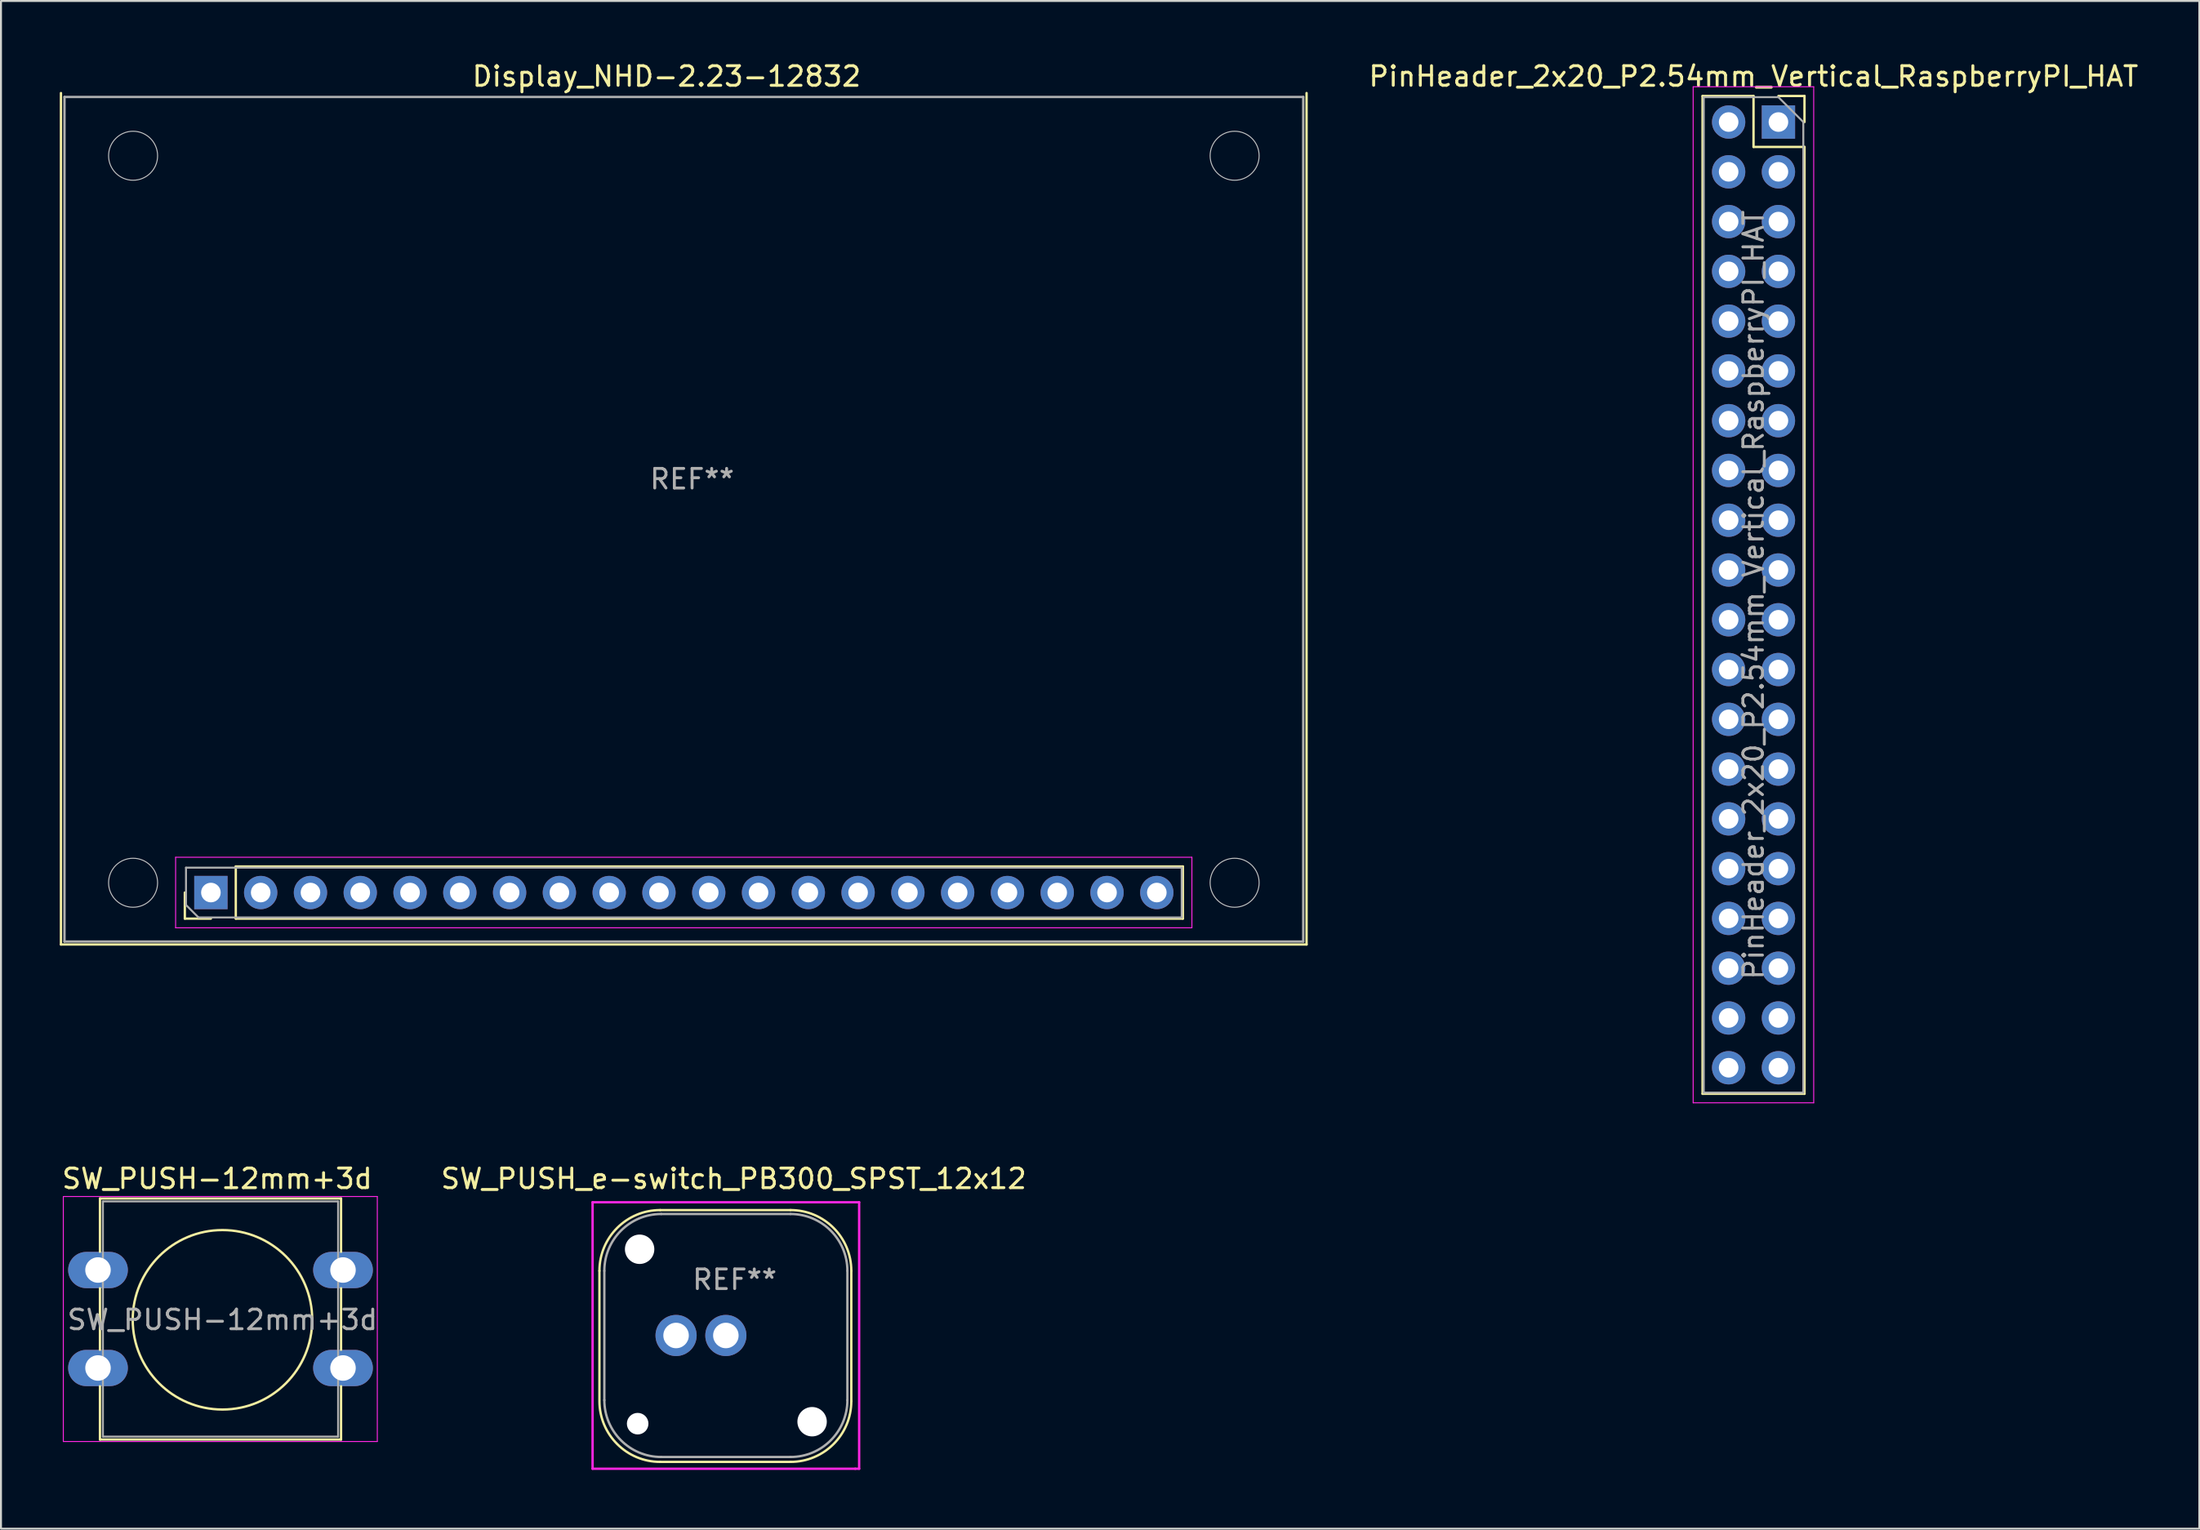
<source format=kicad_pcb>
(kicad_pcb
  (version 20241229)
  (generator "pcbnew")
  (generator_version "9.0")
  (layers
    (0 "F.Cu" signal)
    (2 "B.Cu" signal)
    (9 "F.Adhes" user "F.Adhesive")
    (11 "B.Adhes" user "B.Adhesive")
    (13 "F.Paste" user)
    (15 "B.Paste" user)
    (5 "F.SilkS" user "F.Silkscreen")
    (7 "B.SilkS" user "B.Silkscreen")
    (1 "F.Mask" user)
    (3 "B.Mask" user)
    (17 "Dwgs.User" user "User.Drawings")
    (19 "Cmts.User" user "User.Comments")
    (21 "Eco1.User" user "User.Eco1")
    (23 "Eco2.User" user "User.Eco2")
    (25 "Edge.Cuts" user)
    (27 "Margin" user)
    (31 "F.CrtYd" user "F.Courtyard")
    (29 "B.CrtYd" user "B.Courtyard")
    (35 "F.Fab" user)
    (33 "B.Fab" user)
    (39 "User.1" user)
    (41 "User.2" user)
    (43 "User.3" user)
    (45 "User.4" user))
  (footprint "SW_PUSH_e-switch_PB300_SPST_12x12"
    (layer "F.Cu")
    (at 33.983 65.102)
    (property "Reference" "SW_PUSH_e-switch_PB300_SPST_12x12" (at 0.4 -8 0) (layer "F.SilkS") (effects (font (size 1 1) (thickness 0.15))))
    (attr through_hole)
    (fp_line (start -6.45 -3.3) (end -6.45 3.3) (stroke (width 0.12) (type solid)) (layer "F.SilkS"))
    (fp_line (start -3.35 6.45) (end 3.3 6.45) (stroke (width 0.12) (type solid)) (layer "F.SilkS"))
    (fp_line (start 3.3 -6.4) (end -3.35 -6.4) (stroke (width 0.12) (type solid)) (layer "F.SilkS"))
    (fp_line (start 6.4 3.35) (end 6.4 -3.3) (stroke (width 0.12) (type solid)) (layer "F.SilkS"))
    (fp_arc (start -6.45 -3.3) (mid -5.542031 -5.492031) (end -3.35 -6.4) (stroke (width 0.12) (type solid)) (layer "F.SilkS"))
    (fp_arc (start -3.35 6.45) (mid -5.542031 5.542031) (end -6.45 3.35) (stroke (width 0.12) (type solid)) (layer "F.SilkS"))
    (fp_arc (start 3.3 -6.4) (mid 5.492031 -5.492031) (end 6.4 -3.3) (stroke (width 0.12) (type solid)) (layer "F.SilkS"))
    (fp_arc (start 6.4 3.35) (mid 5.492031 5.542031) (end 3.3 6.45) (stroke (width 0.12) (type solid)) (layer "F.SilkS"))
    (fp_line (start -6.8 -6.8) (end -6.8 6.8) (stroke (width 0.12) (type solid)) (layer "F.CrtYd"))
    (fp_line (start -6.8 6.8) (end 6.6 6.8) (stroke (width 0.12) (type solid)) (layer "F.CrtYd"))
    (fp_line (start 6.6 6.8) (end 6.8 6.8) (stroke (width 0.12) (type solid)) (layer "F.CrtYd"))
    (fp_line (start 6.8 -6.8) (end -6.8 -6.8) (stroke (width 0.12) (type solid)) (layer "F.CrtYd"))
    (fp_line (start 6.8 6.8) (end 6.8 -6.8) (stroke (width 0.12) (type solid)) (layer "F.CrtYd"))
    (fp_line (start -6.2 -3.3) (end -6.2 3.3) (stroke (width 0.12) (type solid)) (layer "F.Fab"))
    (fp_line (start -3.3 -6.2) (end 3.3 -6.2) (stroke (width 0.12) (type solid)) (layer "F.Fab"))
    (fp_line (start -3.3 6.2) (end 3.3 6.2) (stroke (width 0.12) (type solid)) (layer "F.Fab"))
    (fp_line (start 6.2 -3.3) (end 6.2 3.3) (stroke (width 0.12) (type solid)) (layer "F.Fab"))
    (fp_arc (start -6.2 -3.3) (mid -5.35061 -5.35061) (end -3.3 -6.2) (stroke (width 0.12) (type solid)) (layer "F.Fab"))
    (fp_arc (start -3.3 6.2) (mid -5.35061 5.35061) (end -6.2 3.3) (stroke (width 0.12) (type solid)) (layer "F.Fab"))
    (fp_arc (start 3.3 -6.2) (mid 5.35061 -5.35061) (end 6.2 -3.3) (stroke (width 0.12) (type solid)) (layer "F.Fab"))
    (fp_arc (start 6.2 3.3) (mid 5.35061 5.35061) (end 3.3 6.2) (stroke (width 0.12) (type solid)) (layer "F.Fab"))
    (fp_text user "REF**" (at 0.45 -2.85 0) (layer "F.Fab") (effects (font (size 1 1) (thickness 0.15))))
    (pad "" np_thru_hole circle (at -4.5 4.5) (size 1.1 1.1) (drill 1.1) (layers "*.Cu" "*.Mask"))
    (pad "" np_thru_hole circle (at -4.4 -4.4) (size 1.5 1.5) (drill 1.5) (layers "*.Cu" "*.Mask"))
    (pad "" np_thru_hole circle (at 4.4 4.4) (size 1.5 1.5) (drill 1.5) (layers "*.Cu" "*.Mask"))
    (pad "1" thru_hole circle (at 0 0) (size 2.1 2.1) (drill 1.3) (layers "*.Cu" "*.Mask"))
    (pad "2" thru_hole circle (at -2.54 0) (size 2.1 2.1) (drill 1.3) (layers "*.Cu" "*.Mask")))
  (footprint "PinHeader_2x20_P2.54mm_Vertical_RaspberryPI_HAT"
    (layer "F.Cu")
    (at 87.684 3.178)
    (property "Reference" "PinHeader_2x20_P2.54mm_Vertical_RaspberryPI_HAT" (at -1.27 -2.33 180) (layer "F.SilkS") (effects (font (size 1 1) (thickness 0.15))))
    (attr through_hole)
    (fp_line (start -3.87 -1.33) (end -3.87 49.59) (stroke (width 0.12) (type solid)) (layer "F.SilkS"))
    (fp_line (start -1.27 -1.33) (end -3.87 -1.33) (stroke (width 0.12) (type solid)) (layer "F.SilkS"))
    (fp_line (start -1.27 1.27) (end -1.27 -1.33) (stroke (width 0.12) (type solid)) (layer "F.SilkS"))
    (fp_line (start 1.33 -1.33) (end 0 -1.33) (stroke (width 0.12) (type solid)) (layer "F.SilkS"))
    (fp_line (start 1.33 0) (end 1.33 -1.33) (stroke (width 0.12) (type solid)) (layer "F.SilkS"))
    (fp_line (start 1.33 1.27) (end -1.27 1.27) (stroke (width 0.12) (type solid)) (layer "F.SilkS"))
    (fp_line (start 1.33 1.27) (end 1.33 49.59) (stroke (width 0.12) (type solid)) (layer "F.SilkS"))
    (fp_line (start 1.33 49.59) (end -3.87 49.59) (stroke (width 0.12) (type solid)) (layer "F.SilkS"))
    (fp_line (start -4.35 -1.8) (end 1.8 -1.8) (stroke (width 0.05) (type solid)) (layer "F.CrtYd"))
    (fp_line (start -4.35 50.05) (end -4.35 -1.8) (stroke (width 0.05) (type solid)) (layer "F.CrtYd"))
    (fp_line (start 1.8 -1.8) (end 1.8 50.05) (stroke (width 0.05) (type solid)) (layer "F.CrtYd"))
    (fp_line (start 1.8 50.05) (end -4.35 50.05) (stroke (width 0.05) (type solid)) (layer "F.CrtYd"))
    (fp_line (start -3.81 -1.27) (end -3.81 49.53) (stroke (width 0.1) (type solid)) (layer "F.Fab"))
    (fp_line (start -3.81 49.53) (end 1.27 49.53) (stroke (width 0.1) (type solid)) (layer "F.Fab"))
    (fp_line (start 0 -1.27) (end -3.81 -1.27) (stroke (width 0.1) (type solid)) (layer "F.Fab"))
    (fp_line (start 1.27 0) (end 0 -1.27) (stroke (width 0.1) (type solid)) (layer "F.Fab"))
    (fp_line (start 1.27 49.53) (end 1.27 0) (stroke (width 0.1) (type solid)) (layer "F.Fab"))
    (fp_text user "${REFERENCE}" (at -1.27 24.13 270) (layer "F.Fab") (effects (font (size 1 1) (thickness 0.15))))
    (pad "1" thru_hole rect (at 0 0) (size 1.7 1.7) (drill 1) (layers "*.Cu" "*.Mask"))
    (pad "2" thru_hole oval (at -2.54 0) (size 1.7 1.7) (drill 1) (layers "*.Cu" "*.Mask"))
    (pad "3" thru_hole oval (at 0 2.54) (size 1.7 1.7) (drill 1) (layers "*.Cu" "*.Mask"))
    (pad "4" thru_hole oval (at -2.54 2.54) (size 1.7 1.7) (drill 1) (layers "*.Cu" "*.Mask"))
    (pad "5" thru_hole oval (at 0 5.08) (size 1.7 1.7) (drill 1) (layers "*.Cu" "*.Mask"))
    (pad "6" thru_hole oval (at -2.54 5.08) (size 1.7 1.7) (drill 1) (layers "*.Cu" "*.Mask"))
    (pad "7" thru_hole oval (at 0 7.62) (size 1.7 1.7) (drill 1) (layers "*.Cu" "*.Mask"))
    (pad "8" thru_hole oval (at -2.54 7.62) (size 1.7 1.7) (drill 1) (layers "*.Cu" "*.Mask"))
    (pad "9" thru_hole oval (at 0 10.16) (size 1.7 1.7) (drill 1) (layers "*.Cu" "*.Mask"))
    (pad "10" thru_hole oval (at -2.54 10.16) (size 1.7 1.7) (drill 1) (layers "*.Cu" "*.Mask"))
    (pad "11" thru_hole oval (at 0 12.7) (size 1.7 1.7) (drill 1) (layers "*.Cu" "*.Mask"))
    (pad "12" thru_hole oval (at -2.54 12.7) (size 1.7 1.7) (drill 1) (layers "*.Cu" "*.Mask"))
    (pad "13" thru_hole oval (at 0 15.24) (size 1.7 1.7) (drill 1) (layers "*.Cu" "*.Mask"))
    (pad "14" thru_hole oval (at -2.54 15.24) (size 1.7 1.7) (drill 1) (layers "*.Cu" "*.Mask"))
    (pad "15" thru_hole oval (at 0 17.78) (size 1.7 1.7) (drill 1) (layers "*.Cu" "*.Mask"))
    (pad "16" thru_hole oval (at -2.54 17.78) (size 1.7 1.7) (drill 1) (layers "*.Cu" "*.Mask"))
    (pad "17" thru_hole oval (at 0 20.32) (size 1.7 1.7) (drill 1) (layers "*.Cu" "*.Mask"))
    (pad "18" thru_hole oval (at -2.54 20.32) (size 1.7 1.7) (drill 1) (layers "*.Cu" "*.Mask"))
    (pad "19" thru_hole oval (at 0 22.86) (size 1.7 1.7) (drill 1) (layers "*.Cu" "*.Mask"))
    (pad "20" thru_hole oval (at -2.54 22.86) (size 1.7 1.7) (drill 1) (layers "*.Cu" "*.Mask"))
    (pad "21" thru_hole oval (at 0 25.4) (size 1.7 1.7) (drill 1) (layers "*.Cu" "*.Mask"))
    (pad "22" thru_hole oval (at -2.54 25.4) (size 1.7 1.7) (drill 1) (layers "*.Cu" "*.Mask"))
    (pad "23" thru_hole oval (at 0 27.94) (size 1.7 1.7) (drill 1) (layers "*.Cu" "*.Mask"))
    (pad "24" thru_hole oval (at -2.54 27.94) (size 1.7 1.7) (drill 1) (layers "*.Cu" "*.Mask"))
    (pad "25" thru_hole oval (at 0 30.48) (size 1.7 1.7) (drill 1) (layers "*.Cu" "*.Mask"))
    (pad "26" thru_hole oval (at -2.54 30.48) (size 1.7 1.7) (drill 1) (layers "*.Cu" "*.Mask"))
    (pad "27" thru_hole oval (at 0 33.02) (size 1.7 1.7) (drill 1) (layers "*.Cu" "*.Mask"))
    (pad "28" thru_hole oval (at -2.54 33.02) (size 1.7 1.7) (drill 1) (layers "*.Cu" "*.Mask"))
    (pad "29" thru_hole oval (at 0 35.56) (size 1.7 1.7) (drill 1) (layers "*.Cu" "*.Mask"))
    (pad "30" thru_hole oval (at -2.54 35.56) (size 1.7 1.7) (drill 1) (layers "*.Cu" "*.Mask"))
    (pad "31" thru_hole oval (at 0 38.1) (size 1.7 1.7) (drill 1) (layers "*.Cu" "*.Mask"))
    (pad "32" thru_hole oval (at -2.54 38.1) (size 1.7 1.7) (drill 1) (layers "*.Cu" "*.Mask"))
    (pad "33" thru_hole oval (at 0 40.64) (size 1.7 1.7) (drill 1) (layers "*.Cu" "*.Mask"))
    (pad "34" thru_hole oval (at -2.54 40.64) (size 1.7 1.7) (drill 1) (layers "*.Cu" "*.Mask"))
    (pad "35" thru_hole oval (at 0 43.18) (size 1.7 1.7) (drill 1) (layers "*.Cu" "*.Mask"))
    (pad "36" thru_hole oval (at -2.54 43.18) (size 1.7 1.7) (drill 1) (layers "*.Cu" "*.Mask"))
    (pad "37" thru_hole oval (at 0 45.72) (size 1.7 1.7) (drill 1) (layers "*.Cu" "*.Mask"))
    (pad "38" thru_hole oval (at -2.54 45.72) (size 1.7 1.7) (drill 1) (layers "*.Cu" "*.Mask"))
    (pad "39" thru_hole oval (at 0 48.26) (size 1.7 1.7) (drill 1) (layers "*.Cu" "*.Mask"))
    (pad "40" thru_hole oval (at -2.54 48.26) (size 1.7 1.7) (drill 1) (layers "*.Cu" "*.Mask")))
  (footprint "SW_PUSH-12mm+3d"
    (layer "F.Cu")
    (at 1.95 61.761)
    (property "Reference" "SW_PUSH-12mm+3d" (at 6.08 -4.66 0) (layer "F.SilkS") (effects (font (size 1 1) (thickness 0.15))))
    (attr through_hole)
    (fp_line (start 0.1 -3.65) (end 12.4 -3.65) (stroke (width 0.12) (type solid)) (layer "F.SilkS"))
    (fp_line (start 0.1 -0.93) (end 0.1 -3.65) (stroke (width 0.12) (type solid)) (layer "F.SilkS"))
    (fp_line (start 0.1 4.07) (end 0.1 0.93) (stroke (width 0.12) (type solid)) (layer "F.SilkS"))
    (fp_line (start 0.1 8.65) (end 0.1 5.93) (stroke (width 0.12) (type solid)) (layer "F.SilkS"))
    (fp_line (start 12.4 -3.65) (end 12.4 -0.93) (stroke (width 0.12) (type solid)) (layer "F.SilkS"))
    (fp_line (start 12.4 0.93) (end 12.4 4.07) (stroke (width 0.12) (type solid)) (layer "F.SilkS"))
    (fp_line (start 12.4 5.93) (end 12.4 8.65) (stroke (width 0.12) (type solid)) (layer "F.SilkS"))
    (fp_line (start 12.4 8.65) (end 0.1 8.65) (stroke (width 0.12) (type solid)) (layer "F.SilkS"))
    (fp_circle (center 6.35 2.54) (end 10.16 5.08) (stroke (width 0.12) (type solid)) (fill no) (layer "F.SilkS"))
    (fp_line (start -1.77 -3.75) (end -1.77 8.75) (stroke (width 0.05) (type solid)) (layer "F.CrtYd"))
    (fp_line (start -1.77 -3.75) (end 14.25 -3.75) (stroke (width 0.05) (type solid)) (layer "F.CrtYd"))
    (fp_line (start 14.25 8.75) (end -1.77 8.75) (stroke (width 0.05) (type solid)) (layer "F.CrtYd"))
    (fp_line (start 14.25 8.75) (end 14.25 -3.75) (stroke (width 0.05) (type solid)) (layer "F.CrtYd"))
    (fp_line (start 0.25 -3.5) (end 0.25 8.5) (stroke (width 0.1) (type solid)) (layer "F.Fab"))
    (fp_line (start 0.25 -3.5) (end 12.25 -3.5) (stroke (width 0.1) (type solid)) (layer "F.Fab"))
    (fp_line (start 0.25 8.5) (end 12.25 8.5) (stroke (width 0.1) (type solid)) (layer "F.Fab"))
    (fp_line (start 12.25 -3.5) (end 12.25 8.5) (stroke (width 0.1) (type solid)) (layer "F.Fab"))
    (fp_text user "${REFERENCE}" (at 6.35 2.54 0) (layer "F.Fab") (effects (font (size 1 1) (thickness 0.15))))
    (pad "1" thru_hole oval (at 0 0) (size 3.048 1.85) (drill 1.3) (layers "*.Cu" "*.Mask"))
    (pad "1" thru_hole oval (at 12.5 0) (size 3.048 1.85) (drill 1.3) (layers "*.Cu" "*.Mask"))
    (pad "2" thru_hole oval (at 0 5) (size 3.048 1.85) (drill 1.3) (layers "*.Cu" "*.Mask"))
    (pad "2" thru_hole oval (at 12.5 5) (size 3.048 1.85) (drill 1.3) (layers "*.Cu" "*.Mask")))
  (footprint "Display_NHD-2.23-12832"
    (layer "F.Cu")
    (at 7.71 42.498)
    (property "Reference" "Display_NHD-2.23-12832" (at 23.25 -41.65 180) (layer "F.SilkS") (effects (font (size 1 1) (thickness 0.15))))
    (attr through_hole)
    (fp_line (start -7.65 -40.8) (end -7.65 2.65) (stroke (width 0.12) (type solid)) (layer "F.SilkS"))
    (fp_line (start -7.65 2.65) (end 55.9 2.65) (stroke (width 0.12) (type solid)) (layer "F.SilkS"))
    (fp_line (start -1.33 1.33) (end -1.33 0) (stroke (width 0.12) (type solid)) (layer "F.SilkS"))
    (fp_line (start 0 1.33) (end -1.33 1.33) (stroke (width 0.12) (type solid)) (layer "F.SilkS"))
    (fp_line (start 1.27 -1.33) (end 49.59 -1.33) (stroke (width 0.12) (type solid)) (layer "F.SilkS"))
    (fp_line (start 1.27 1.33) (end 1.27 -1.33) (stroke (width 0.12) (type solid)) (layer "F.SilkS"))
    (fp_line (start 1.27 1.33) (end 49.59 1.33) (stroke (width 0.12) (type solid)) (layer "F.SilkS"))
    (fp_line (start 49.59 1.33) (end 49.59 -1.33) (stroke (width 0.12) (type solid)) (layer "F.SilkS"))
    (fp_line (start 55.9 2.65) (end 55.9 -40.8) (stroke (width 0.12) (type solid)) (layer "F.SilkS"))
    (fp_circle (center -3.97 -37.6) (end -2.72 -37.6) (stroke (width 0.05) (type solid)) (fill no) (layer "Dwgs.User"))
    (fp_circle (center -3.97 -0.5) (end -2.72 -0.5) (stroke (width 0.05) (type solid)) (fill no) (layer "Dwgs.User"))
    (fp_circle (center 52.23 -37.6) (end 53.48 -37.6) (stroke (width 0.05) (type solid)) (fill no) (layer "Dwgs.User"))
    (fp_circle (center 52.23 -0.5) (end 53.48 -0.5) (stroke (width 0.05) (type solid)) (fill no) (layer "Dwgs.User"))
    (fp_line (start -1.8 -1.8) (end -1.8 1.8) (stroke (width 0.05) (type solid)) (layer "F.CrtYd"))
    (fp_line (start -1.8 1.8) (end 50.05 1.8) (stroke (width 0.05) (type solid)) (layer "F.CrtYd"))
    (fp_line (start 50.05 -1.8) (end -1.8 -1.8) (stroke (width 0.05) (type solid)) (layer "F.CrtYd"))
    (fp_line (start 50.05 1.8) (end 50.05 -1.8) (stroke (width 0.05) (type solid)) (layer "F.CrtYd"))
    (fp_line (start -7.47 -40.6) (end 55.73 -40.6) (stroke (width 0.12) (type solid)) (layer "F.Fab"))
    (fp_line (start -7.47 2.5) (end -7.47 -40.6) (stroke (width 0.12) (type solid)) (layer "F.Fab"))
    (fp_line (start -7.47 2.5) (end 55.73 2.5) (stroke (width 0.12) (type solid)) (layer "F.Fab"))
    (fp_line (start -1.27 -1.27) (end 49.53 -1.27) (stroke (width 0.1) (type solid)) (layer "F.Fab"))
    (fp_line (start -1.27 0.635) (end -1.27 -1.27) (stroke (width 0.1) (type solid)) (layer "F.Fab"))
    (fp_line (start -0.635 1.27) (end -1.27 0.635) (stroke (width 0.1) (type solid)) (layer "F.Fab"))
    (fp_line (start 49.53 -1.27) (end 49.53 1.27) (stroke (width 0.1) (type solid)) (layer "F.Fab"))
    (fp_line (start 49.53 1.27) (end -0.635 1.27) (stroke (width 0.1) (type solid)) (layer "F.Fab"))
    (fp_line (start 55.73 -40.6) (end 55.73 2.5) (stroke (width 0.12) (type solid)) (layer "F.Fab"))
    (fp_text user "REF**" (at 24.55 -21.1 0) (layer "F.Fab") (effects (font (size 1 1) (thickness 0.15))))
    (pad "1" thru_hole rect (at 0 0 180) (size 1.7 1.7) (drill 1) (layers "*.Cu" "*.Mask"))
    (pad "2" thru_hole oval (at 2.54 0 90) (size 1.7 1.7) (drill 1) (layers "*.Cu" "*.Mask"))
    (pad "3" thru_hole oval (at 5.08 0 90) (size 1.7 1.7) (drill 1) (layers "*.Cu" "*.Mask"))
    (pad "4" thru_hole oval (at 7.62 0) (size 1.7 1.7) (drill 1) (layers "*.Cu" "*.Mask"))
    (pad "5" thru_hole oval (at 10.16 0 90) (size 1.7 1.7) (drill 1) (layers "*.Cu" "*.Mask"))
    (pad "6" thru_hole oval (at 12.7 0 90) (size 1.7 1.7) (drill 1) (layers "*.Cu" "*.Mask"))
    (pad "7" thru_hole oval (at 15.24 0 90) (size 1.7 1.7) (drill 1) (layers "*.Cu" "*.Mask"))
    (pad "8" thru_hole oval (at 17.78 0 90) (size 1.7 1.7) (drill 1) (layers "*.Cu" "*.Mask"))
    (pad "9" thru_hole oval (at 20.32 0 90) (size 1.7 1.7) (drill 1) (layers "*.Cu" "*.Mask"))
    (pad "10" thru_hole oval (at 22.86 0 90) (size 1.7 1.7) (drill 1) (layers "*.Cu" "*.Mask"))
    (pad "11" thru_hole oval (at 25.4 0 90) (size 1.7 1.7) (drill 1) (layers "*.Cu" "*.Mask"))
    (pad "12" thru_hole oval (at 27.94 0 90) (size 1.7 1.7) (drill 1) (layers "*.Cu" "*.Mask"))
    (pad "13" thru_hole oval (at 30.48 0 90) (size 1.7 1.7) (drill 1) (layers "*.Cu" "*.Mask"))
    (pad "14" thru_hole oval (at 33.02 0 90) (size 1.7 1.7) (drill 1) (layers "*.Cu" "*.Mask"))
    (pad "15" thru_hole oval (at 35.56 0 90) (size 1.7 1.7) (drill 1) (layers "*.Cu" "*.Mask"))
    (pad "16" thru_hole oval (at 38.1 0 90) (size 1.7 1.7) (drill 1) (layers "*.Cu" "*.Mask"))
    (pad "17" thru_hole oval (at 40.64 0 90) (size 1.7 1.7) (drill 1) (layers "*.Cu" "*.Mask"))
    (pad "18" thru_hole oval (at 43.18 0 90) (size 1.7 1.7) (drill 1) (layers "*.Cu" "*.Mask"))
    (pad "19" thru_hole oval (at 45.72 0 90) (size 1.7 1.7) (drill 1) (layers "*.Cu" "*.Mask"))
    (pad "20" thru_hole oval (at 48.26 0 90) (size 1.7 1.7) (drill 1) (layers "*.Cu" "*.Mask")))
  (gr_rect
    (start -3 -3)
    (end 109.158 74.962)
    (stroke (width 0.1) (type default))
    (fill no)
    (layer "Edge.Cuts")))
</source>
